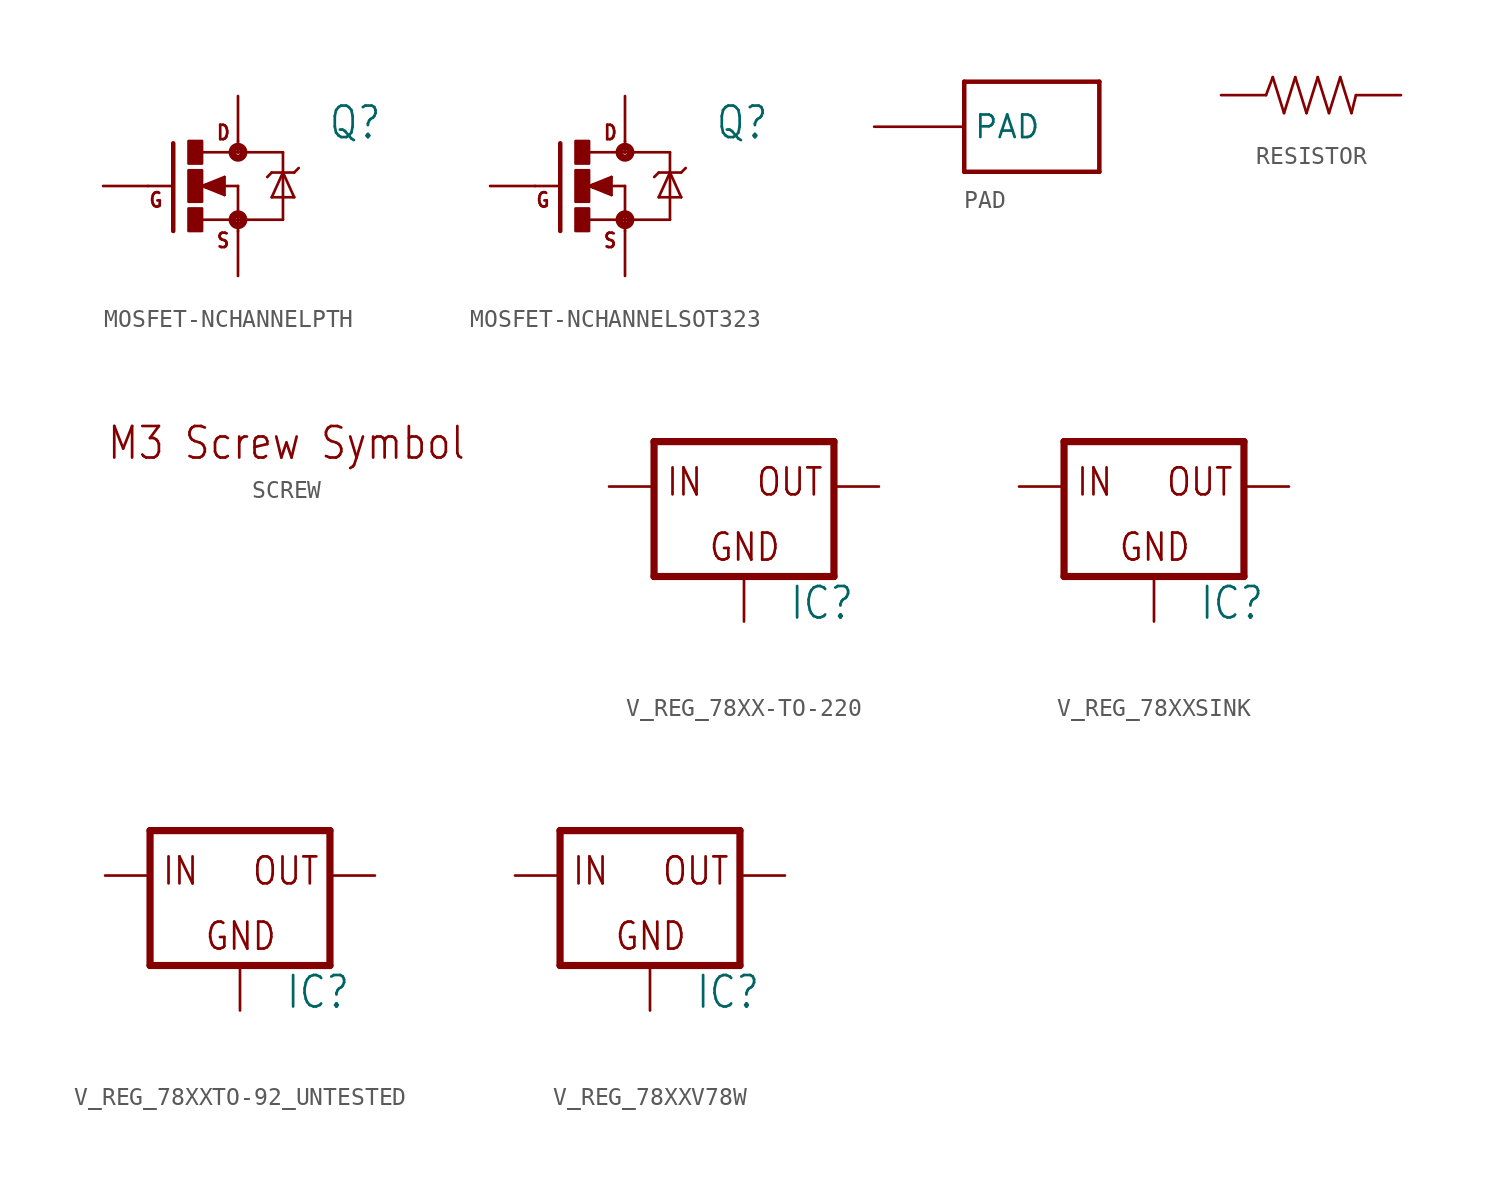
<source format=kicad_sym>
(kicad_symbol_lib
  (version 20231120)
  (generator "kicad_symbol_editor")
  (generator_version "8.0")
  (symbol "MOSFET-NCHANNELPTH"
    (property "Reference" "Q"
      (at 5.08 2.54 0)
      (effects (font (size 1.778 1.511)) (justify left bottom)))
    (property "Value" ""
      (at 5.08 0 0)
      (effects (font (size 1.778 1.511)) (justify left bottom)))
    (property "ki_locked" ""
      (at 0 0 0)
      (effects (font (size 1.27 1.27))))
    (symbol "MOSFET-NCHANNELPTH_1_0"
      (rectangle (start -2.794 -2.54) (end -2.032 -1.27) (stroke (width 0) (type default)) (fill (type outline)))
      (rectangle (start -2.794 -0.889) (end -2.032 0.889) (stroke (width 0) (type default)) (fill (type outline)))
      (rectangle (start -2.794 1.27) (end -2.032 2.54) (stroke (width 0) (type default)) (fill (type outline)))
      (circle (center 0 -1.905) (radius 0.127) (stroke (width 0.406) (type solid)) (fill (type none)))
      (polyline (pts (xy -3.81 0) (xy -5.08 0)) (stroke (width 0.152) (type solid)) (fill (type none)))
      (polyline (pts (xy -3.658 2.413) (xy -3.658 -2.54)) (stroke (width 0.254) (type solid)) (fill (type none)))
      (polyline (pts (xy -2.032 -1.905) (xy 0 -1.905)) (stroke (width 0.152) (type solid)) (fill (type none)))
      (polyline (pts (xy -2.032 0) (xy -0.762 -0.508)) (stroke (width 0.152) (type solid)) (fill (type none)))
      (polyline (pts (xy -1.778 0) (xy -0.889 -0.254)) (stroke (width 0.305) (type solid)) (fill (type none)))
      (polyline (pts (xy -0.889 -0.254) (xy -0.889 0)) (stroke (width 0.305) (type solid)) (fill (type none)))
      (polyline (pts (xy -0.889 0) (xy -1.143 0)) (stroke (width 0.305) (type solid)) (fill (type none)))
      (polyline (pts (xy -0.889 0) (xy 0 0)) (stroke (width 0.152) (type solid)) (fill (type none)))
      (polyline (pts (xy -0.889 0.254) (xy -1.778 0)) (stroke (width 0.305) (type solid)) (fill (type none)))
      (polyline (pts (xy -0.762 -0.508) (xy -0.762 0.508)) (stroke (width 0.152) (type solid)) (fill (type none)))
      (polyline (pts (xy -0.762 0.508) (xy -2.032 0)) (stroke (width 0.152) (type solid)) (fill (type none)))
      (polyline (pts (xy 0 -1.905) (xy 0 -2.54)) (stroke (width 0.152) (type solid)) (fill (type none)))
      (polyline (pts (xy 0 0) (xy 0 -1.905)) (stroke (width 0.152) (type solid)) (fill (type none)))
      (polyline (pts (xy 0 1.905) (xy -2.007 1.905)) (stroke (width 0.152) (type solid)) (fill (type none)))
      (polyline (pts (xy 0 1.905) (xy 2.54 1.905)) (stroke (width 0.152) (type solid)) (fill (type none)))
      (polyline (pts (xy 0 2.54) (xy 0 1.905)) (stroke (width 0.152) (type solid)) (fill (type none)))
      (polyline (pts (xy 1.905 -0.635) (xy 3.175 -0.635)) (stroke (width 0.152) (type solid)) (fill (type none)))
      (polyline (pts (xy 1.905 0.762) (xy 1.651 0.508)) (stroke (width 0.152) (type solid)) (fill (type none)))
      (polyline (pts (xy 1.905 0.762) (xy 2.54 0.762)) (stroke (width 0.152) (type solid)) (fill (type none)))
      (polyline (pts (xy 2.54 -1.905) (xy 0 -1.905)) (stroke (width 0.152) (type solid)) (fill (type none)))
      (polyline (pts (xy 2.54 0.762) (xy 1.905 -0.635)) (stroke (width 0.152) (type solid)) (fill (type none)))
      (polyline (pts (xy 2.54 0.762) (xy 2.54 -1.905)) (stroke (width 0.152) (type solid)) (fill (type none)))
      (polyline (pts (xy 2.54 0.762) (xy 3.175 0.762)) (stroke (width 0.152) (type solid)) (fill (type none)))
      (polyline (pts (xy 2.54 1.905) (xy 2.54 0.762)) (stroke (width 0.152) (type solid)) (fill (type none)))
      (polyline (pts (xy 3.175 -0.635) (xy 2.54 0.762)) (stroke (width 0.152) (type solid)) (fill (type none)))
      (polyline (pts (xy 3.175 0.762) (xy 3.429 1.016)) (stroke (width 0.152) (type solid)) (fill (type none)))
      (circle (center 0 1.905) (radius 0.127) (stroke (width 0.406) (type solid)) (fill (type none)))
      (text "D" (at -1.27 2.54 0) (effects (font (size 0.813 0.691)) (justify left bottom)))
      (text "G" (at -5.08 -1.27 0) (effects (font (size 0.813 0.691)) (justify left bottom)))
      (text "S" (at -1.27 -3.556 0) (effects (font (size 0.813 0.691)) (justify left bottom)))
      (pin passive line (at 0 5.08 270) (length 2.54) (name "D" (effects (font (size 0 0)))) (number "1" (effects (font (size 0 0)))))
      (pin passive line (at 0 -5.08 90) (length 2.54) (name "S" (effects (font (size 0 0)))) (number "2" (effects (font (size 0 0)))))
      (pin passive line (at -7.62 0 0) (length 2.54) (name "G" (effects (font (size 0 0)))) (number "3" (effects (font (size 0 0)))))))
  (symbol "MOSFET-NCHANNELSOT323"
    (property "Reference" "Q"
      (at 5.08 2.54 0)
      (effects (font (size 1.778 1.511)) (justify left bottom)))
    (property "Value" ""
      (at 5.08 0 0)
      (effects (font (size 1.778 1.511)) (justify left bottom)))
    (property "ki_locked" ""
      (at 0 0 0)
      (effects (font (size 1.27 1.27))))
    (symbol "MOSFET-NCHANNELSOT323_1_0"
      (rectangle (start -2.794 -2.54) (end -2.032 -1.27) (stroke (width 0) (type default)) (fill (type outline)))
      (rectangle (start -2.794 -0.889) (end -2.032 0.889) (stroke (width 0) (type default)) (fill (type outline)))
      (rectangle (start -2.794 1.27) (end -2.032 2.54) (stroke (width 0) (type default)) (fill (type outline)))
      (circle (center 0 -1.905) (radius 0.127) (stroke (width 0.406) (type solid)) (fill (type none)))
      (polyline (pts (xy -3.81 0) (xy -5.08 0)) (stroke (width 0.152) (type solid)) (fill (type none)))
      (polyline (pts (xy -3.658 2.413) (xy -3.658 -2.54)) (stroke (width 0.254) (type solid)) (fill (type none)))
      (polyline (pts (xy -2.032 -1.905) (xy 0 -1.905)) (stroke (width 0.152) (type solid)) (fill (type none)))
      (polyline (pts (xy -2.032 0) (xy -0.762 -0.508)) (stroke (width 0.152) (type solid)) (fill (type none)))
      (polyline (pts (xy -1.778 0) (xy -0.889 -0.254)) (stroke (width 0.305) (type solid)) (fill (type none)))
      (polyline (pts (xy -0.889 -0.254) (xy -0.889 0)) (stroke (width 0.305) (type solid)) (fill (type none)))
      (polyline (pts (xy -0.889 0) (xy -1.143 0)) (stroke (width 0.305) (type solid)) (fill (type none)))
      (polyline (pts (xy -0.889 0) (xy 0 0)) (stroke (width 0.152) (type solid)) (fill (type none)))
      (polyline (pts (xy -0.889 0.254) (xy -1.778 0)) (stroke (width 0.305) (type solid)) (fill (type none)))
      (polyline (pts (xy -0.762 -0.508) (xy -0.762 0.508)) (stroke (width 0.152) (type solid)) (fill (type none)))
      (polyline (pts (xy -0.762 0.508) (xy -2.032 0)) (stroke (width 0.152) (type solid)) (fill (type none)))
      (polyline (pts (xy 0 -1.905) (xy 0 -2.54)) (stroke (width 0.152) (type solid)) (fill (type none)))
      (polyline (pts (xy 0 0) (xy 0 -1.905)) (stroke (width 0.152) (type solid)) (fill (type none)))
      (polyline (pts (xy 0 1.905) (xy -2.007 1.905)) (stroke (width 0.152) (type solid)) (fill (type none)))
      (polyline (pts (xy 0 1.905) (xy 2.54 1.905)) (stroke (width 0.152) (type solid)) (fill (type none)))
      (polyline (pts (xy 0 2.54) (xy 0 1.905)) (stroke (width 0.152) (type solid)) (fill (type none)))
      (polyline (pts (xy 1.905 -0.635) (xy 3.175 -0.635)) (stroke (width 0.152) (type solid)) (fill (type none)))
      (polyline (pts (xy 1.905 0.762) (xy 1.651 0.508)) (stroke (width 0.152) (type solid)) (fill (type none)))
      (polyline (pts (xy 1.905 0.762) (xy 2.54 0.762)) (stroke (width 0.152) (type solid)) (fill (type none)))
      (polyline (pts (xy 2.54 -1.905) (xy 0 -1.905)) (stroke (width 0.152) (type solid)) (fill (type none)))
      (polyline (pts (xy 2.54 0.762) (xy 1.905 -0.635)) (stroke (width 0.152) (type solid)) (fill (type none)))
      (polyline (pts (xy 2.54 0.762) (xy 2.54 -1.905)) (stroke (width 0.152) (type solid)) (fill (type none)))
      (polyline (pts (xy 2.54 0.762) (xy 3.175 0.762)) (stroke (width 0.152) (type solid)) (fill (type none)))
      (polyline (pts (xy 2.54 1.905) (xy 2.54 0.762)) (stroke (width 0.152) (type solid)) (fill (type none)))
      (polyline (pts (xy 3.175 -0.635) (xy 2.54 0.762)) (stroke (width 0.152) (type solid)) (fill (type none)))
      (polyline (pts (xy 3.175 0.762) (xy 3.429 1.016)) (stroke (width 0.152) (type solid)) (fill (type none)))
      (circle (center 0 1.905) (radius 0.127) (stroke (width 0.406) (type solid)) (fill (type none)))
      (text "D" (at -1.27 2.54 0) (effects (font (size 0.813 0.691)) (justify left bottom)))
      (text "G" (at -5.08 -1.27 0) (effects (font (size 0.813 0.691)) (justify left bottom)))
      (text "S" (at -1.27 -3.556 0) (effects (font (size 0.813 0.691)) (justify left bottom)))
      (pin passive line (at -7.62 0 0) (length 2.54) (name "G" (effects (font (size 0 0)))) (number "1" (effects (font (size 0 0)))))
      (pin passive line (at 0 -5.08 90) (length 2.54) (name "S" (effects (font (size 0 0)))) (number "2" (effects (font (size 0 0)))))
      (pin passive line (at 0 5.08 270) (length 2.54) (name "D" (effects (font (size 0 0)))) (number "3" (effects (font (size 0 0)))))))
  (symbol "PAD"
    (property "Reference" ""
      (at 0 0 0)
      (effects (font (size 1.27 1.27)) (hide yes)))
    (property "ki_locked" ""
      (at 0 0 0)
      (effects (font (size 1.27 1.27))))
    (symbol "PAD_1_0"
      (polyline (pts (xy -2.54 -2.54) (xy 5.08 -2.54)) (stroke (width 0.254) (type solid)) (fill (type none)))
      (polyline (pts (xy -2.54 2.54) (xy -2.54 -2.54)) (stroke (width 0.254) (type solid)) (fill (type none)))
      (polyline (pts (xy 5.08 -2.54) (xy 5.08 2.54)) (stroke (width 0.254) (type solid)) (fill (type none)))
      (polyline (pts (xy 5.08 2.54) (xy -2.54 2.54)) (stroke (width 0.254) (type solid)) (fill (type none)))
      (pin bidirectional line (at -7.62 0 0) (length 5.08) (name "PAD" (effects (font (size 1.27 1.27)))) (number "PAD" (effects (font (size 0 0)))))))
  (symbol "RESISTOR"
    (property "Reference" ""
      (at 0 1.524 0)
      (effects (font (size 1.778 1.778)) (justify bottom) (hide yes)))
    (property "Value" ""
      (at 0 -1.524 0)
      (effects (font (size 1.778 1.778)) (justify top)))
    (property "ki_locked" ""
      (at 0 0 0)
      (effects (font (size 1.27 1.27))))
    (symbol "RESISTOR_1_0"
      (polyline (pts (xy -2.54 0) (xy -2.159 1.016)) (stroke (width 0.152) (type solid)) (fill (type none)))
      (polyline (pts (xy -2.159 1.016) (xy -1.524 -1.016)) (stroke (width 0.152) (type solid)) (fill (type none)))
      (polyline (pts (xy -1.524 -1.016) (xy -0.889 1.016)) (stroke (width 0.152) (type solid)) (fill (type none)))
      (polyline (pts (xy -0.889 1.016) (xy -0.254 -1.016)) (stroke (width 0.152) (type solid)) (fill (type none)))
      (polyline (pts (xy -0.254 -1.016) (xy 0.381 1.016)) (stroke (width 0.152) (type solid)) (fill (type none)))
      (polyline (pts (xy 0.381 1.016) (xy 1.016 -1.016)) (stroke (width 0.152) (type solid)) (fill (type none)))
      (polyline (pts (xy 1.016 -1.016) (xy 1.651 1.016)) (stroke (width 0.152) (type solid)) (fill (type none)))
      (polyline (pts (xy 1.651 1.016) (xy 2.286 -1.016)) (stroke (width 0.152) (type solid)) (fill (type none)))
      (polyline (pts (xy 2.286 -1.016) (xy 2.54 0)) (stroke (width 0.152) (type solid)) (fill (type none)))
      (pin passive line (at -5.08 0 0) (length 2.54) (name "1" (effects (font (size 0 0)))) (number "1" (effects (font (size 0 0)))))
      (pin passive line (at 5.08 0 180) (length 2.54) (name "2" (effects (font (size 0 0)))) (number "2" (effects (font (size 0 0)))))))
  (symbol "SCREW"
    (property "Reference" ""
      (at 0 0 0)
      (effects (font (size 1.27 1.27)) (hide yes)))
    (property "ki_locked" ""
      (at 0 0 0)
      (effects (font (size 1.27 1.27))))
    (symbol "SCREW_1_0"
      (text "M3 Screw Symbol" (at -2.54 0 0) (effects (font (size 1.778 1.511)) (justify left bottom)))))
  (symbol "V_REG_78XX-TO-220"
    (property "Reference" "IC"
      (at 2.54 -7.62 0)
      (effects (font (size 1.778 1.511)) (justify left bottom)))
    (property "Value" ""
      (at 2.54 -10.16 0)
      (effects (font (size 1.778 1.511)) (justify left bottom)))
    (property "ki_locked" ""
      (at 0 0 0)
      (effects (font (size 1.27 1.27))))
    (symbol "V_REG_78XX-TO-220_1_0"
      (polyline (pts (xy -5.08 -5.08) (xy 5.08 -5.08)) (stroke (width 0.406) (type solid)) (fill (type none)))
      (polyline (pts (xy -5.08 2.54) (xy -5.08 -5.08)) (stroke (width 0.406) (type solid)) (fill (type none)))
      (polyline (pts (xy 5.08 -5.08) (xy 5.08 2.54)) (stroke (width 0.406) (type solid)) (fill (type none)))
      (polyline (pts (xy 5.08 2.54) (xy -5.08 2.54)) (stroke (width 0.406) (type solid)) (fill (type none)))
      (text "GND" (at -2.032 -4.318 0) (effects (font (size 1.524 1.295)) (justify left bottom)))
      (text "IN" (at -4.445 -0.635 0) (effects (font (size 1.524 1.295)) (justify left bottom)))
      (text "OUT" (at 0.635 -0.635 0) (effects (font (size 1.524 1.295)) (justify left bottom)))
      (pin input line (at 0 -7.62 90) (length 2.54) (name "GND" (effects (font (size 0 0)))) (number "GND" (effects (font (size 0 0)))))
      (pin input line (at -7.62 0 0) (length 2.54) (name "IN" (effects (font (size 0 0)))) (number "IN" (effects (font (size 0 0)))))
      (pin output line (at 7.62 0 180) (length 2.54) (name "OUT" (effects (font (size 0 0)))) (number "OUT" (effects (font (size 0 0)))))))
  (symbol "V_REG_78XXSINK"
    (property "Reference" "IC"
      (at 2.54 -7.62 0)
      (effects (font (size 1.778 1.511)) (justify left bottom)))
    (property "Value" ""
      (at 2.54 -10.16 0)
      (effects (font (size 1.778 1.511)) (justify left bottom)))
    (property "ki_locked" ""
      (at 0 0 0)
      (effects (font (size 1.27 1.27))))
    (symbol "V_REG_78XXSINK_1_0"
      (polyline (pts (xy -5.08 -5.08) (xy 5.08 -5.08)) (stroke (width 0.406) (type solid)) (fill (type none)))
      (polyline (pts (xy -5.08 2.54) (xy -5.08 -5.08)) (stroke (width 0.406) (type solid)) (fill (type none)))
      (polyline (pts (xy 5.08 -5.08) (xy 5.08 2.54)) (stroke (width 0.406) (type solid)) (fill (type none)))
      (polyline (pts (xy 5.08 2.54) (xy -5.08 2.54)) (stroke (width 0.406) (type solid)) (fill (type none)))
      (text "GND" (at -2.032 -4.318 0) (effects (font (size 1.524 1.295)) (justify left bottom)))
      (text "IN" (at -4.445 -0.635 0) (effects (font (size 1.524 1.295)) (justify left bottom)))
      (text "OUT" (at 0.635 -0.635 0) (effects (font (size 1.524 1.295)) (justify left bottom)))
      (pin input line (at 0 -7.62 90) (length 2.54) (name "GND" (effects (font (size 0 0)))) (number "GND" (effects (font (size 0 0)))))
      (pin input line (at -7.62 0 0) (length 2.54) (name "IN" (effects (font (size 0 0)))) (number "IN" (effects (font (size 0 0)))))
      (pin output line (at 7.62 0 180) (length 2.54) (name "OUT" (effects (font (size 0 0)))) (number "OUT" (effects (font (size 0 0)))))))
  (symbol "V_REG_78XXTO-92_UNTESTED"
    (property "Reference" "IC"
      (at 2.54 -7.62 0)
      (effects (font (size 1.778 1.511)) (justify left bottom)))
    (property "Value" ""
      (at 2.54 -10.16 0)
      (effects (font (size 1.778 1.511)) (justify left bottom)))
    (property "ki_locked" ""
      (at 0 0 0)
      (effects (font (size 1.27 1.27))))
    (symbol "V_REG_78XXTO-92_UNTESTED_1_0"
      (polyline (pts (xy -5.08 -5.08) (xy 5.08 -5.08)) (stroke (width 0.406) (type solid)) (fill (type none)))
      (polyline (pts (xy -5.08 2.54) (xy -5.08 -5.08)) (stroke (width 0.406) (type solid)) (fill (type none)))
      (polyline (pts (xy 5.08 -5.08) (xy 5.08 2.54)) (stroke (width 0.406) (type solid)) (fill (type none)))
      (polyline (pts (xy 5.08 2.54) (xy -5.08 2.54)) (stroke (width 0.406) (type solid)) (fill (type none)))
      (text "GND" (at -2.032 -4.318 0) (effects (font (size 1.524 1.295)) (justify left bottom)))
      (text "IN" (at -4.445 -0.635 0) (effects (font (size 1.524 1.295)) (justify left bottom)))
      (text "OUT" (at 0.635 -0.635 0) (effects (font (size 1.524 1.295)) (justify left bottom)))
      (pin input line (at 0 -7.62 90) (length 2.54) (name "GND" (effects (font (size 0 0)))) (number "1" (effects (font (size 0 0)))))
      (pin input line (at -7.62 0 0) (length 2.54) (name "IN" (effects (font (size 0 0)))) (number "2" (effects (font (size 0 0)))))
      (pin output line (at 7.62 0 180) (length 2.54) (name "OUT" (effects (font (size 0 0)))) (number "3" (effects (font (size 0 0)))))))
  (symbol "V_REG_78XXV78W"
    (property "Reference" "IC"
      (at 2.54 -7.62 0)
      (effects (font (size 1.778 1.511)) (justify left bottom)))
    (property "Value" ""
      (at 2.54 -10.16 0)
      (effects (font (size 1.778 1.511)) (justify left bottom)))
    (property "ki_locked" ""
      (at 0 0 0)
      (effects (font (size 1.27 1.27))))
    (symbol "V_REG_78XXV78W_1_0"
      (polyline (pts (xy -5.08 -5.08) (xy 5.08 -5.08)) (stroke (width 0.406) (type solid)) (fill (type none)))
      (polyline (pts (xy -5.08 2.54) (xy -5.08 -5.08)) (stroke (width 0.406) (type solid)) (fill (type none)))
      (polyline (pts (xy 5.08 -5.08) (xy 5.08 2.54)) (stroke (width 0.406) (type solid)) (fill (type none)))
      (polyline (pts (xy 5.08 2.54) (xy -5.08 2.54)) (stroke (width 0.406) (type solid)) (fill (type none)))
      (text "GND" (at -2.032 -4.318 0) (effects (font (size 1.524 1.295)) (justify left bottom)))
      (text "IN" (at -4.445 -0.635 0) (effects (font (size 1.524 1.295)) (justify left bottom)))
      (text "OUT" (at 0.635 -0.635 0) (effects (font (size 1.524 1.295)) (justify left bottom)))
      (pin input line (at 0 -7.62 90) (length 2.54) (name "GND" (effects (font (size 0 0)))) (number "GND" (effects (font (size 0 0)))))
      (pin input line (at -7.62 0 0) (length 2.54) (name "IN" (effects (font (size 0 0)))) (number "IN" (effects (font (size 0 0)))))
      (pin output line (at 7.62 0 180) (length 2.54) (name "OUT" (effects (font (size 0 0)))) (number "OUT" (effects (font (size 0 0))))))))
</source>
